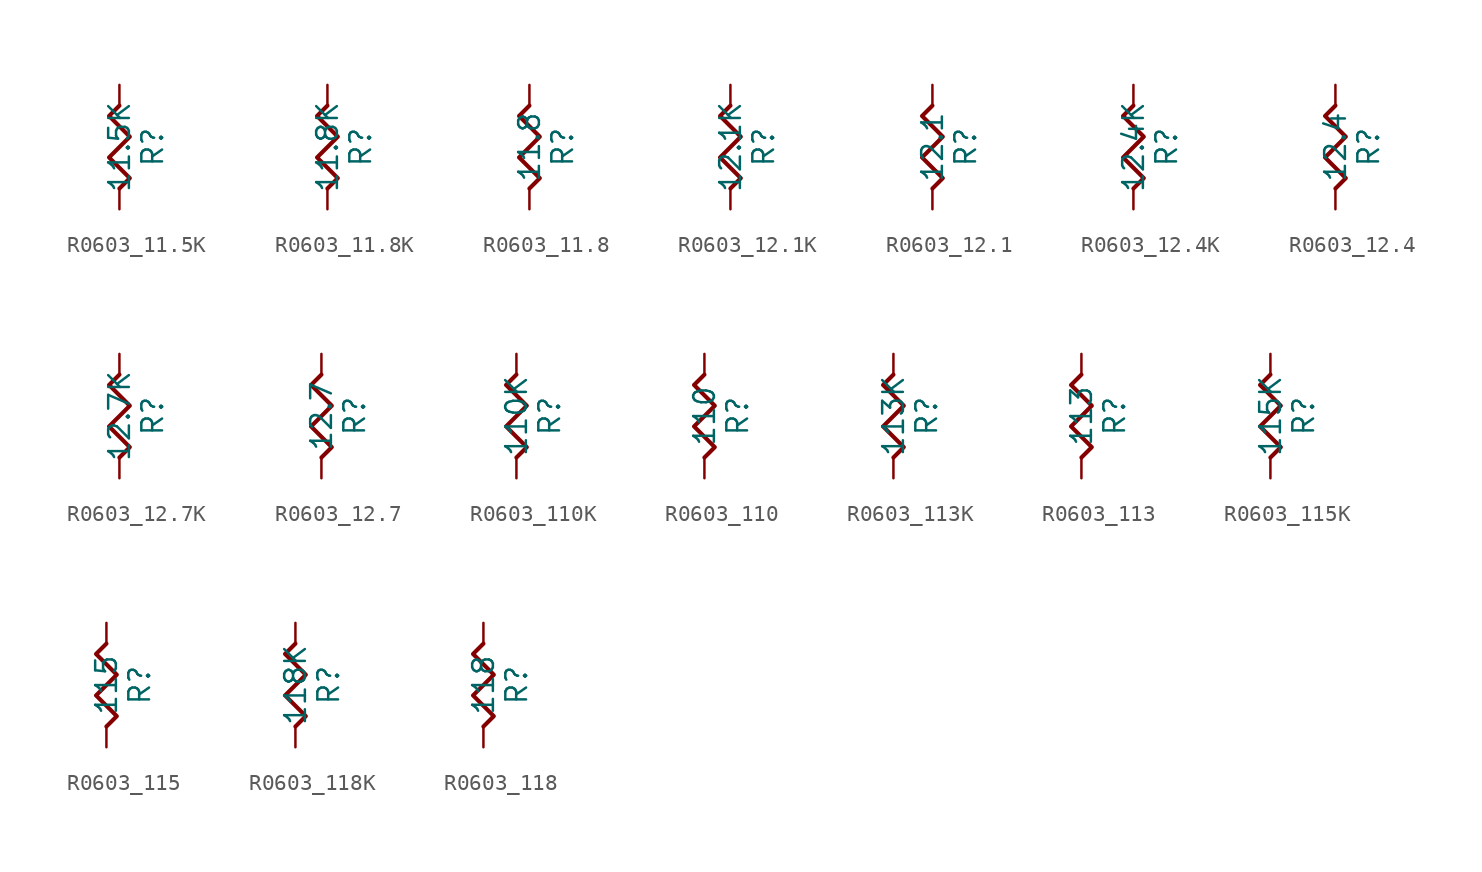
<source format=kicad_sym>
(kicad_symbol_lib
  (version 20211014)
  (generator atlantix-eda)
  (symbol "R0603_11.5K"
    (pin_numbers hide)
    (pin_names
      (offset 0))
    (property "Reference" "R"
      (at 2.032 0 90)
      (effects (font (size 1.27 1.27))))
    (property "Value" "11.5K"
      (at 0 0 90)
      (effects (font (size 1.27 1.27))))
    (symbol "R0603_11.5K_0_1"
      (polyline (pts (xy 0 -2.54) (xy 0.635 -1.905) (xy -0.635 -0.635) (xy 0.635 0.635) (xy -0.635 1.905) (xy 0 2.54)) (stroke (width 0.254) (type default) (color 0 0 0 0)) (fill (type none))))
    (symbol "R0603_11.5K_1_1"
      (pin passive line (at 0 3.81 270) (length 1.27) (name "~" (effects (font (size 1.27 1.27)))) (number "1" (effects (font (size 1.27 1.27)))))
      (pin passive line (at 0 -3.81 90) (length 1.27) (name "~" (effects (font (size 1.27 1.27)))) (number "2" (effects (font (size 1.27 1.27)))))))
  (symbol "R0603_11.8K"
    (pin_numbers hide)
    (pin_names
      (offset 0))
    (property "Reference" "R"
      (at 2.032 0 90)
      (effects (font (size 1.27 1.27))))
    (property "Value" "11.8K"
      (at 0 0 90)
      (effects (font (size 1.27 1.27))))
    (symbol "R0603_11.8K_0_1"
      (polyline (pts (xy 0 -2.54) (xy 0.635 -1.905) (xy -0.635 -0.635) (xy 0.635 0.635) (xy -0.635 1.905) (xy 0 2.54)) (stroke (width 0.254) (type default) (color 0 0 0 0)) (fill (type none))))
    (symbol "R0603_11.8K_1_1"
      (pin passive line (at 0 3.81 270) (length 1.27) (name "~" (effects (font (size 1.27 1.27)))) (number "1" (effects (font (size 1.27 1.27)))))
      (pin passive line (at 0 -3.81 90) (length 1.27) (name "~" (effects (font (size 1.27 1.27)))) (number "2" (effects (font (size 1.27 1.27)))))))
  (symbol "R0603_11.8"
    (pin_numbers hide)
    (pin_names
      (offset 0))
    (property "Reference" "R"
      (at 2.032 0 90)
      (effects (font (size 1.27 1.27))))
    (property "Value" "11.8"
      (at 0 0 90)
      (effects (font (size 1.27 1.27))))
    (symbol "R0603_11.8_0_1"
      (polyline (pts (xy 0 -2.54) (xy 0.635 -1.905) (xy -0.635 -0.635) (xy 0.635 0.635) (xy -0.635 1.905) (xy 0 2.54)) (stroke (width 0.254) (type default) (color 0 0 0 0)) (fill (type none))))
    (symbol "R0603_11.8_1_1"
      (pin passive line (at 0 3.81 270) (length 1.27) (name "~" (effects (font (size 1.27 1.27)))) (number "1" (effects (font (size 1.27 1.27)))))
      (pin passive line (at 0 -3.81 90) (length 1.27) (name "~" (effects (font (size 1.27 1.27)))) (number "2" (effects (font (size 1.27 1.27)))))))
  (symbol "R0603_12.1K"
    (pin_numbers hide)
    (pin_names
      (offset 0))
    (property "Reference" "R"
      (at 2.032 0 90)
      (effects (font (size 1.27 1.27))))
    (property "Value" "12.1K"
      (at 0 0 90)
      (effects (font (size 1.27 1.27))))
    (symbol "R0603_12.1K_0_1"
      (polyline (pts (xy 0 -2.54) (xy 0.635 -1.905) (xy -0.635 -0.635) (xy 0.635 0.635) (xy -0.635 1.905) (xy 0 2.54)) (stroke (width 0.254) (type default) (color 0 0 0 0)) (fill (type none))))
    (symbol "R0603_12.1K_1_1"
      (pin passive line (at 0 3.81 270) (length 1.27) (name "~" (effects (font (size 1.27 1.27)))) (number "1" (effects (font (size 1.27 1.27)))))
      (pin passive line (at 0 -3.81 90) (length 1.27) (name "~" (effects (font (size 1.27 1.27)))) (number "2" (effects (font (size 1.27 1.27)))))))
  (symbol "R0603_12.1"
    (pin_numbers hide)
    (pin_names
      (offset 0))
    (property "Reference" "R"
      (at 2.032 0 90)
      (effects (font (size 1.27 1.27))))
    (property "Value" "12.1"
      (at 0 0 90)
      (effects (font (size 1.27 1.27))))
    (symbol "R0603_12.1_0_1"
      (polyline (pts (xy 0 -2.54) (xy 0.635 -1.905) (xy -0.635 -0.635) (xy 0.635 0.635) (xy -0.635 1.905) (xy 0 2.54)) (stroke (width 0.254) (type default) (color 0 0 0 0)) (fill (type none))))
    (symbol "R0603_12.1_1_1"
      (pin passive line (at 0 3.81 270) (length 1.27) (name "~" (effects (font (size 1.27 1.27)))) (number "1" (effects (font (size 1.27 1.27)))))
      (pin passive line (at 0 -3.81 90) (length 1.27) (name "~" (effects (font (size 1.27 1.27)))) (number "2" (effects (font (size 1.27 1.27)))))))
  (symbol "R0603_12.4K"
    (pin_numbers hide)
    (pin_names
      (offset 0))
    (property "Reference" "R"
      (at 2.032 0 90)
      (effects (font (size 1.27 1.27))))
    (property "Value" "12.4K"
      (at 0 0 90)
      (effects (font (size 1.27 1.27))))
    (symbol "R0603_12.4K_0_1"
      (polyline (pts (xy 0 -2.54) (xy 0.635 -1.905) (xy -0.635 -0.635) (xy 0.635 0.635) (xy -0.635 1.905) (xy 0 2.54)) (stroke (width 0.254) (type default) (color 0 0 0 0)) (fill (type none))))
    (symbol "R0603_12.4K_1_1"
      (pin passive line (at 0 3.81 270) (length 1.27) (name "~" (effects (font (size 1.27 1.27)))) (number "1" (effects (font (size 1.27 1.27)))))
      (pin passive line (at 0 -3.81 90) (length 1.27) (name "~" (effects (font (size 1.27 1.27)))) (number "2" (effects (font (size 1.27 1.27)))))))
  (symbol "R0603_12.4"
    (pin_numbers hide)
    (pin_names
      (offset 0))
    (property "Reference" "R"
      (at 2.032 0 90)
      (effects (font (size 1.27 1.27))))
    (property "Value" "12.4"
      (at 0 0 90)
      (effects (font (size 1.27 1.27))))
    (symbol "R0603_12.4_0_1"
      (polyline (pts (xy 0 -2.54) (xy 0.635 -1.905) (xy -0.635 -0.635) (xy 0.635 0.635) (xy -0.635 1.905) (xy 0 2.54)) (stroke (width 0.254) (type default) (color 0 0 0 0)) (fill (type none))))
    (symbol "R0603_12.4_1_1"
      (pin passive line (at 0 3.81 270) (length 1.27) (name "~" (effects (font (size 1.27 1.27)))) (number "1" (effects (font (size 1.27 1.27)))))
      (pin passive line (at 0 -3.81 90) (length 1.27) (name "~" (effects (font (size 1.27 1.27)))) (number "2" (effects (font (size 1.27 1.27)))))))
  (symbol "R0603_12.7K"
    (pin_numbers hide)
    (pin_names
      (offset 0))
    (property "Reference" "R"
      (at 2.032 0 90)
      (effects (font (size 1.27 1.27))))
    (property "Value" "12.7K"
      (at 0 0 90)
      (effects (font (size 1.27 1.27))))
    (symbol "R0603_12.7K_0_1"
      (polyline (pts (xy 0 -2.54) (xy 0.635 -1.905) (xy -0.635 -0.635) (xy 0.635 0.635) (xy -0.635 1.905) (xy 0 2.54)) (stroke (width 0.254) (type default) (color 0 0 0 0)) (fill (type none))))
    (symbol "R0603_12.7K_1_1"
      (pin passive line (at 0 3.81 270) (length 1.27) (name "~" (effects (font (size 1.27 1.27)))) (number "1" (effects (font (size 1.27 1.27)))))
      (pin passive line (at 0 -3.81 90) (length 1.27) (name "~" (effects (font (size 1.27 1.27)))) (number "2" (effects (font (size 1.27 1.27)))))))
  (symbol "R0603_12.7"
    (pin_numbers hide)
    (pin_names
      (offset 0))
    (property "Reference" "R"
      (at 2.032 0 90)
      (effects (font (size 1.27 1.27))))
    (property "Value" "12.7"
      (at 0 0 90)
      (effects (font (size 1.27 1.27))))
    (symbol "R0603_12.7_0_1"
      (polyline (pts (xy 0 -2.54) (xy 0.635 -1.905) (xy -0.635 -0.635) (xy 0.635 0.635) (xy -0.635 1.905) (xy 0 2.54)) (stroke (width 0.254) (type default) (color 0 0 0 0)) (fill (type none))))
    (symbol "R0603_12.7_1_1"
      (pin passive line (at 0 3.81 270) (length 1.27) (name "~" (effects (font (size 1.27 1.27)))) (number "1" (effects (font (size 1.27 1.27)))))
      (pin passive line (at 0 -3.81 90) (length 1.27) (name "~" (effects (font (size 1.27 1.27)))) (number "2" (effects (font (size 1.27 1.27)))))))
  (symbol "R0603_110K"
    (pin_numbers hide)
    (pin_names
      (offset 0))
    (property "Reference" "R"
      (at 2.032 0 90)
      (effects (font (size 1.27 1.27))))
    (property "Value" "110K"
      (at 0 0 90)
      (effects (font (size 1.27 1.27))))
    (symbol "R0603_110K_0_1"
      (polyline (pts (xy 0 -2.54) (xy 0.635 -1.905) (xy -0.635 -0.635) (xy 0.635 0.635) (xy -0.635 1.905) (xy 0 2.54)) (stroke (width 0.254) (type default) (color 0 0 0 0)) (fill (type none))))
    (symbol "R0603_110K_1_1"
      (pin passive line (at 0 3.81 270) (length 1.27) (name "~" (effects (font (size 1.27 1.27)))) (number "1" (effects (font (size 1.27 1.27)))))
      (pin passive line (at 0 -3.81 90) (length 1.27) (name "~" (effects (font (size 1.27 1.27)))) (number "2" (effects (font (size 1.27 1.27)))))))
  (symbol "R0603_110"
    (pin_numbers hide)
    (pin_names
      (offset 0))
    (property "Reference" "R"
      (at 2.032 0 90)
      (effects (font (size 1.27 1.27))))
    (property "Value" "110"
      (at 0 0 90)
      (effects (font (size 1.27 1.27))))
    (symbol "R0603_110_0_1"
      (polyline (pts (xy 0 -2.54) (xy 0.635 -1.905) (xy -0.635 -0.635) (xy 0.635 0.635) (xy -0.635 1.905) (xy 0 2.54)) (stroke (width 0.254) (type default) (color 0 0 0 0)) (fill (type none))))
    (symbol "R0603_110_1_1"
      (pin passive line (at 0 3.81 270) (length 1.27) (name "~" (effects (font (size 1.27 1.27)))) (number "1" (effects (font (size 1.27 1.27)))))
      (pin passive line (at 0 -3.81 90) (length 1.27) (name "~" (effects (font (size 1.27 1.27)))) (number "2" (effects (font (size 1.27 1.27)))))))
  (symbol "R0603_113K"
    (pin_numbers hide)
    (pin_names
      (offset 0))
    (property "Reference" "R"
      (at 2.032 0 90)
      (effects (font (size 1.27 1.27))))
    (property "Value" "113K"
      (at 0 0 90)
      (effects (font (size 1.27 1.27))))
    (symbol "R0603_113K_0_1"
      (polyline (pts (xy 0 -2.54) (xy 0.635 -1.905) (xy -0.635 -0.635) (xy 0.635 0.635) (xy -0.635 1.905) (xy 0 2.54)) (stroke (width 0.254) (type default) (color 0 0 0 0)) (fill (type none))))
    (symbol "R0603_113K_1_1"
      (pin passive line (at 0 3.81 270) (length 1.27) (name "~" (effects (font (size 1.27 1.27)))) (number "1" (effects (font (size 1.27 1.27)))))
      (pin passive line (at 0 -3.81 90) (length 1.27) (name "~" (effects (font (size 1.27 1.27)))) (number "2" (effects (font (size 1.27 1.27)))))))
  (symbol "R0603_113"
    (pin_numbers hide)
    (pin_names
      (offset 0))
    (property "Reference" "R"
      (at 2.032 0 90)
      (effects (font (size 1.27 1.27))))
    (property "Value" "113"
      (at 0 0 90)
      (effects (font (size 1.27 1.27))))
    (symbol "R0603_113_0_1"
      (polyline (pts (xy 0 -2.54) (xy 0.635 -1.905) (xy -0.635 -0.635) (xy 0.635 0.635) (xy -0.635 1.905) (xy 0 2.54)) (stroke (width 0.254) (type default) (color 0 0 0 0)) (fill (type none))))
    (symbol "R0603_113_1_1"
      (pin passive line (at 0 3.81 270) (length 1.27) (name "~" (effects (font (size 1.27 1.27)))) (number "1" (effects (font (size 1.27 1.27)))))
      (pin passive line (at 0 -3.81 90) (length 1.27) (name "~" (effects (font (size 1.27 1.27)))) (number "2" (effects (font (size 1.27 1.27)))))))
  (symbol "R0603_115K"
    (pin_numbers hide)
    (pin_names
      (offset 0))
    (property "Reference" "R"
      (at 2.032 0 90)
      (effects (font (size 1.27 1.27))))
    (property "Value" "115K"
      (at 0 0 90)
      (effects (font (size 1.27 1.27))))
    (symbol "R0603_115K_0_1"
      (polyline (pts (xy 0 -2.54) (xy 0.635 -1.905) (xy -0.635 -0.635) (xy 0.635 0.635) (xy -0.635 1.905) (xy 0 2.54)) (stroke (width 0.254) (type default) (color 0 0 0 0)) (fill (type none))))
    (symbol "R0603_115K_1_1"
      (pin passive line (at 0 3.81 270) (length 1.27) (name "~" (effects (font (size 1.27 1.27)))) (number "1" (effects (font (size 1.27 1.27)))))
      (pin passive line (at 0 -3.81 90) (length 1.27) (name "~" (effects (font (size 1.27 1.27)))) (number "2" (effects (font (size 1.27 1.27)))))))
  (symbol "R0603_115"
    (pin_numbers hide)
    (pin_names
      (offset 0))
    (property "Reference" "R"
      (at 2.032 0 90)
      (effects (font (size 1.27 1.27))))
    (property "Value" "115"
      (at 0 0 90)
      (effects (font (size 1.27 1.27))))
    (symbol "R0603_115_0_1"
      (polyline (pts (xy 0 -2.54) (xy 0.635 -1.905) (xy -0.635 -0.635) (xy 0.635 0.635) (xy -0.635 1.905) (xy 0 2.54)) (stroke (width 0.254) (type default) (color 0 0 0 0)) (fill (type none))))
    (symbol "R0603_115_1_1"
      (pin passive line (at 0 3.81 270) (length 1.27) (name "~" (effects (font (size 1.27 1.27)))) (number "1" (effects (font (size 1.27 1.27)))))
      (pin passive line (at 0 -3.81 90) (length 1.27) (name "~" (effects (font (size 1.27 1.27)))) (number "2" (effects (font (size 1.27 1.27)))))))
  (symbol "R0603_118K"
    (pin_numbers hide)
    (pin_names
      (offset 0))
    (property "Reference" "R"
      (at 2.032 0 90)
      (effects (font (size 1.27 1.27))))
    (property "Value" "118K"
      (at 0 0 90)
      (effects (font (size 1.27 1.27))))
    (symbol "R0603_118K_0_1"
      (polyline (pts (xy 0 -2.54) (xy 0.635 -1.905) (xy -0.635 -0.635) (xy 0.635 0.635) (xy -0.635 1.905) (xy 0 2.54)) (stroke (width 0.254) (type default) (color 0 0 0 0)) (fill (type none))))
    (symbol "R0603_118K_1_1"
      (pin passive line (at 0 3.81 270) (length 1.27) (name "~" (effects (font (size 1.27 1.27)))) (number "1" (effects (font (size 1.27 1.27)))))
      (pin passive line (at 0 -3.81 90) (length 1.27) (name "~" (effects (font (size 1.27 1.27)))) (number "2" (effects (font (size 1.27 1.27)))))))
  (symbol "R0603_118"
    (pin_numbers hide)
    (pin_names
      (offset 0))
    (property "Reference" "R"
      (at 2.032 0 90)
      (effects (font (size 1.27 1.27))))
    (property "Value" "118"
      (at 0 0 90)
      (effects (font (size 1.27 1.27))))
    (symbol "R0603_118_0_1"
      (polyline (pts (xy 0 -2.54) (xy 0.635 -1.905) (xy -0.635 -0.635) (xy 0.635 0.635) (xy -0.635 1.905) (xy 0 2.54)) (stroke (width 0.254) (type default) (color 0 0 0 0)) (fill (type none))))
    (symbol "R0603_118_1_1"
      (pin passive line (at 0 3.81 270) (length 1.27) (name "~" (effects (font (size 1.27 1.27)))) (number "1" (effects (font (size 1.27 1.27)))))
      (pin passive line (at 0 -3.81 90) (length 1.27) (name "~" (effects (font (size 1.27 1.27)))) (number "2" (effects (font (size 1.27 1.27))))))))
</source>
